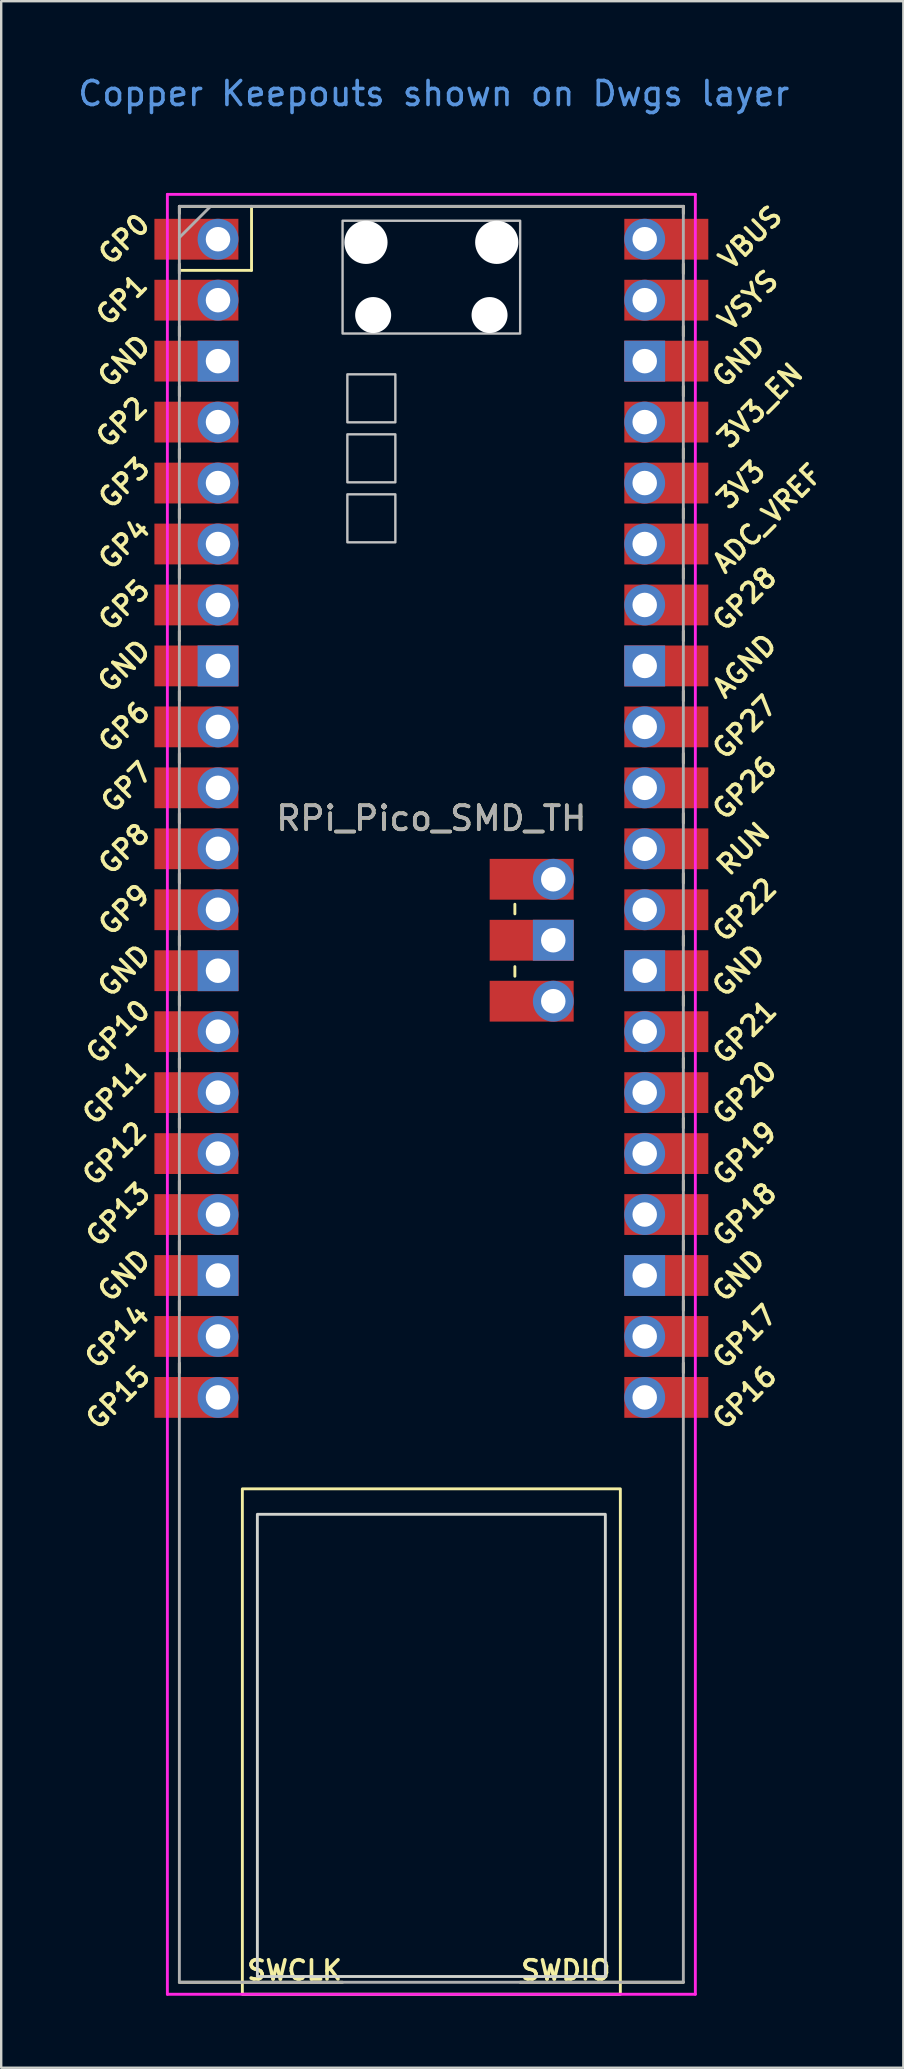
<source format=kicad_pcb>
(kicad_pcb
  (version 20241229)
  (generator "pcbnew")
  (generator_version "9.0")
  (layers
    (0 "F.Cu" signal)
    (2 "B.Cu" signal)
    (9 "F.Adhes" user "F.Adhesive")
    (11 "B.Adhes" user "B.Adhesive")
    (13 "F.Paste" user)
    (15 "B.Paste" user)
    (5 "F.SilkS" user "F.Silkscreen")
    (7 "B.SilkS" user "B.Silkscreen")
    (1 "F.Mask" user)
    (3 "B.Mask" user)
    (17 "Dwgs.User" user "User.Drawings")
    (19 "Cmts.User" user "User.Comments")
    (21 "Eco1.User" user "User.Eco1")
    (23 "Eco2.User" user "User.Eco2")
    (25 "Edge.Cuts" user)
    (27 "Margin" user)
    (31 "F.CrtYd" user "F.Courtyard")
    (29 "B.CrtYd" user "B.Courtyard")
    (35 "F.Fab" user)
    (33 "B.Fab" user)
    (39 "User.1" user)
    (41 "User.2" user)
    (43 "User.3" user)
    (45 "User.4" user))
  (footprint "RPi_Pico_SMD_TH"
    (layer "F.Cu")
    (at 14.924 31.048)
    (property "Reference" "RPi_Pico_SMD_TH" (at 0 0 0) (layer "F.SilkS") (effects (font (size 1 1) (thickness 0.15))))
    (attr through_hole)
    (fp_line (start -10.5 -25.5) (end -10.5 -25.2) (stroke (width 0.12) (type solid)) (layer "F.SilkS"))
    (fp_line (start -10.5 -25.5) (end 10.5 -25.5) (stroke (width 0.12) (type solid)) (layer "F.SilkS"))
    (fp_line (start -10.5 -23.1) (end -10.5 -22.7) (stroke (width 0.12) (type solid)) (layer "F.SilkS"))
    (fp_line (start -10.5 -22.833) (end -7.493 -22.833) (stroke (width 0.12) (type solid)) (layer "F.SilkS"))
    (fp_line (start -10.5 -20.5) (end -10.5 -20.1) (stroke (width 0.12) (type solid)) (layer "F.SilkS"))
    (fp_line (start -10.5 -18) (end -10.5 -17.6) (stroke (width 0.12) (type solid)) (layer "F.SilkS"))
    (fp_line (start -10.5 -15.4) (end -10.5 -15) (stroke (width 0.12) (type solid)) (layer "F.SilkS"))
    (fp_line (start -10.5 -12.9) (end -10.5 -12.5) (stroke (width 0.12) (type solid)) (layer "F.SilkS"))
    (fp_line (start -10.5 -10.4) (end -10.5 -10) (stroke (width 0.12) (type solid)) (layer "F.SilkS"))
    (fp_line (start -10.5 -7.8) (end -10.5 -7.4) (stroke (width 0.12) (type solid)) (layer "F.SilkS"))
    (fp_line (start -10.5 -5.3) (end -10.5 -4.9) (stroke (width 0.12) (type solid)) (layer "F.SilkS"))
    (fp_line (start -10.5 -2.7) (end -10.5 -2.3) (stroke (width 0.12) (type solid)) (layer "F.SilkS"))
    (fp_line (start -10.5 -0.2) (end -10.5 0.2) (stroke (width 0.12) (type solid)) (layer "F.SilkS"))
    (fp_line (start -10.5 2.3) (end -10.5 2.7) (stroke (width 0.12) (type solid)) (layer "F.SilkS"))
    (fp_line (start -10.5 4.9) (end -10.5 5.3) (stroke (width 0.12) (type solid)) (layer "F.SilkS"))
    (fp_line (start -10.5 7.4) (end -10.5 7.8) (stroke (width 0.12) (type solid)) (layer "F.SilkS"))
    (fp_line (start -10.5 10) (end -10.5 10.4) (stroke (width 0.12) (type solid)) (layer "F.SilkS"))
    (fp_line (start -10.5 12.5) (end -10.5 12.9) (stroke (width 0.12) (type solid)) (layer "F.SilkS"))
    (fp_line (start -10.5 15.1) (end -10.5 15.5) (stroke (width 0.12) (type solid)) (layer "F.SilkS"))
    (fp_line (start -10.5 17.6) (end -10.5 18) (stroke (width 0.12) (type solid)) (layer "F.SilkS"))
    (fp_line (start -10.5 20.1) (end -10.5 20.5) (stroke (width 0.12) (type solid)) (layer "F.SilkS"))
    (fp_line (start -10.5 22.7) (end -10.5 23.1) (stroke (width 0.12) (type solid)) (layer "F.SilkS"))
    (fp_line (start -7.493 -22.833) (end -7.493 -25.5) (stroke (width 0.12) (type solid)) (layer "F.SilkS"))
    (fp_line (start -3.7 48.5) (end -10.5 48.5) (stroke (width 0.12) (type solid)) (layer "F.SilkS"))
    (fp_line (start 3.48 3.58) (end 3.48 3.98) (stroke (width 0.12) (type solid)) (layer "F.SilkS"))
    (fp_line (start 3.48 6.18) (end 3.48 6.58) (stroke (width 0.12) (type solid)) (layer "F.SilkS"))
    (fp_line (start 10.5 -25.5) (end 10.5 -25.2) (stroke (width 0.12) (type solid)) (layer "F.SilkS"))
    (fp_line (start 10.5 -23.1) (end 10.5 -22.7) (stroke (width 0.12) (type solid)) (layer "F.SilkS"))
    (fp_line (start 10.5 -20.5) (end 10.5 -20.1) (stroke (width 0.12) (type solid)) (layer "F.SilkS"))
    (fp_line (start 10.5 -18) (end 10.5 -17.6) (stroke (width 0.12) (type solid)) (layer "F.SilkS"))
    (fp_line (start 10.5 -15.4) (end 10.5 -15) (stroke (width 0.12) (type solid)) (layer "F.SilkS"))
    (fp_line (start 10.5 -12.9) (end 10.5 -12.5) (stroke (width 0.12) (type solid)) (layer "F.SilkS"))
    (fp_line (start 10.5 -10.4) (end 10.5 -10) (stroke (width 0.12) (type solid)) (layer "F.SilkS"))
    (fp_line (start 10.5 -7.8) (end 10.5 -7.4) (stroke (width 0.12) (type solid)) (layer "F.SilkS"))
    (fp_line (start 10.5 -5.3) (end 10.5 -4.9) (stroke (width 0.12) (type solid)) (layer "F.SilkS"))
    (fp_line (start 10.5 -2.7) (end 10.5 -2.3) (stroke (width 0.12) (type solid)) (layer "F.SilkS"))
    (fp_line (start 10.5 -0.2) (end 10.5 0.2) (stroke (width 0.12) (type solid)) (layer "F.SilkS"))
    (fp_line (start 10.5 2.3) (end 10.5 2.7) (stroke (width 0.12) (type solid)) (layer "F.SilkS"))
    (fp_line (start 10.5 4.9) (end 10.5 5.3) (stroke (width 0.12) (type solid)) (layer "F.SilkS"))
    (fp_line (start 10.5 7.4) (end 10.5 7.8) (stroke (width 0.12) (type solid)) (layer "F.SilkS"))
    (fp_line (start 10.5 10) (end 10.5 10.4) (stroke (width 0.12) (type solid)) (layer "F.SilkS"))
    (fp_line (start 10.5 12.5) (end 10.5 12.9) (stroke (width 0.12) (type solid)) (layer "F.SilkS"))
    (fp_line (start 10.5 15.1) (end 10.5 15.5) (stroke (width 0.12) (type solid)) (layer "F.SilkS"))
    (fp_line (start 10.5 17.6) (end 10.5 18) (stroke (width 0.12) (type solid)) (layer "F.SilkS"))
    (fp_line (start 10.5 20.1) (end 10.5 20.5) (stroke (width 0.12) (type solid)) (layer "F.SilkS"))
    (fp_line (start 10.5 22.7) (end 10.5 23.1) (stroke (width 0.12) (type solid)) (layer "F.SilkS"))
    (fp_line (start 10.5 48.5) (end 3.7 48.5) (stroke (width 0.12) (type solid)) (layer "F.SilkS"))
    (fp_rect (start -7.875 27.94) (end 7.875 49) (stroke (width 0.12) (type solid)) (fill no) (layer "F.SilkS"))
    (fp_poly (pts (xy -1.5 -16.5) (xy -3.5 -16.5) (xy -3.5 -18.5) (xy -1.5 -18.5)) (stroke (width 0.1) (type solid)) (fill no) (layer "Dwgs.User"))
    (fp_poly (pts (xy -1.5 -14) (xy -3.5 -14) (xy -3.5 -16) (xy -1.5 -16)) (stroke (width 0.1) (type solid)) (fill no) (layer "Dwgs.User"))
    (fp_poly (pts (xy -1.5 -11.5) (xy -3.5 -11.5) (xy -3.5 -13.5) (xy -1.5 -13.5)) (stroke (width 0.1) (type solid)) (fill no) (layer "Dwgs.User"))
    (fp_poly (pts (xy 3.7 -20.2) (xy -3.7 -20.2) (xy -3.7 -24.9) (xy 3.7 -24.9)) (stroke (width 0.1) (type solid)) (fill no) (layer "Dwgs.User"))
    (fp_rect (start -7.25 29) (end 7.25 48.26) (stroke (width 0.12) (type solid)) (fill no) (layer "Edge.Cuts"))
    (fp_line (start -11 -26) (end 11 -26) (stroke (width 0.12) (type solid)) (layer "F.CrtYd"))
    (fp_line (start -11 49) (end -11 -26) (stroke (width 0.12) (type solid)) (layer "F.CrtYd"))
    (fp_line (start 11 -26) (end 11 49) (stroke (width 0.12) (type solid)) (layer "F.CrtYd"))
    (fp_line (start 11 49) (end -11 49) (stroke (width 0.12) (type solid)) (layer "F.CrtYd"))
    (fp_line (start -10.5 -25.5) (end 10.5 -25.5) (stroke (width 0.12) (type solid)) (layer "F.Fab"))
    (fp_line (start -10.5 -24.2) (end -9.2 -25.5) (stroke (width 0.12) (type solid)) (layer "F.Fab"))
    (fp_line (start -10.5 48.5) (end -10.5 -25.5) (stroke (width 0.12) (type solid)) (layer "F.Fab"))
    (fp_line (start 10.5 -25.5) (end 10.5 48.5) (stroke (width 0.12) (type solid)) (layer "F.Fab"))
    (fp_line (start 10.5 48.5) (end -10.5 48.5) (stroke (width 0.12) (type solid)) (layer "F.Fab"))
    (fp_text user "3V3_EN" (at 13.7 -17.2 45) (layer "F.SilkS") (effects (font (size 0.8 0.8) (thickness 0.15))))
    (fp_text user "VBUS" (at 13.3 -24.2 45) (layer "F.SilkS") (effects (font (size 0.8 0.8) (thickness 0.15))))
    (fp_text user "GND" (at -12.8 6.35 45) (layer "F.SilkS") (effects (font (size 0.8 0.8) (thickness 0.15))))
    (fp_text user "GND" (at 12.8 19.05 45) (layer "F.SilkS") (effects (font (size 0.8 0.8) (thickness 0.15))))
    (fp_text user "ADC_VREF" (at 14 -12.5 45) (layer "F.SilkS") (effects (font (size 0.8 0.8) (thickness 0.15))))
    (fp_text user "GP26" (at 13.054 -1.27 45) (layer "F.SilkS") (effects (font (size 0.8 0.8) (thickness 0.15))))
    (fp_text user "GP6" (at -12.8 -3.81 45) (layer "F.SilkS") (effects (font (size 0.8 0.8) (thickness 0.15))))
    (fp_text user "GP4" (at -12.8 -11.43 45) (layer "F.SilkS") (effects (font (size 0.8 0.8) (thickness 0.15))))
    (fp_text user "GP21" (at 13.054 8.9 45) (layer "F.SilkS") (effects (font (size 0.8 0.8) (thickness 0.15))))
    (fp_text user "GP20" (at 13.054 11.43 45) (layer "F.SilkS") (effects (font (size 0.8 0.8) (thickness 0.15))))
    (fp_text user "GP22" (at 13.054 3.81 45) (layer "F.SilkS") (effects (font (size 0.8 0.8) (thickness 0.15))))
    (fp_text user "GND" (at -12.8 -19.05 45) (layer "F.SilkS") (effects (font (size 0.8 0.8) (thickness 0.15))))
    (fp_text user "GND" (at 12.8 6.35 45) (layer "F.SilkS") (effects (font (size 0.8 0.8) (thickness 0.15))))
    (fp_text user "GP19" (at 13.054 13.97 45) (layer "F.SilkS") (effects (font (size 0.8 0.8) (thickness 0.15))))
    (fp_text user "RUN" (at 13 1.27 45) (layer "F.SilkS") (effects (font (size 0.8 0.8) (thickness 0.15))))
    (fp_text user "GP5" (at -12.8 -8.89 45) (layer "F.SilkS") (effects (font (size 0.8 0.8) (thickness 0.15))))
    (fp_text user "GP27" (at 13.054 -3.8 45) (layer "F.SilkS") (effects (font (size 0.8 0.8) (thickness 0.15))))
    (fp_text user "GP11" (at -13.2 11.43 45) (layer "F.SilkS") (effects (font (size 0.8 0.8) (thickness 0.15))))
    (fp_text user "GP15" (at -13.054 24.13 45) (layer "F.SilkS") (effects (font (size 0.8 0.8) (thickness 0.15))))
    (fp_text user "GP1" (at -12.9 -21.6 45) (layer "F.SilkS") (effects (font (size 0.8 0.8) (thickness 0.15))))
    (fp_text user "GP16" (at 13.054 24.13 45) (layer "F.SilkS") (effects (font (size 0.8 0.8) (thickness 0.15))))
    (fp_text user "GP8" (at -12.8 1.27 45) (layer "F.SilkS") (effects (font (size 0.8 0.8) (thickness 0.15))))
    (fp_text user "GP2" (at -12.9 -16.51 45) (layer "F.SilkS") (effects (font (size 0.8 0.8) (thickness 0.15))))
    (fp_text user "SWCLK" (at -5.7 48 0) (layer "F.SilkS") (effects (font (size 0.8 0.8) (thickness 0.15))))
    (fp_text user "AGND" (at 13.054 -6.35 45) (layer "F.SilkS") (effects (font (size 0.8 0.8) (thickness 0.15))))
    (fp_text user "GP10" (at -13.054 8.89 45) (layer "F.SilkS") (effects (font (size 0.8 0.8) (thickness 0.15))))
    (fp_text user "GND" (at 12.8 -19.05 45) (layer "F.SilkS") (effects (font (size 0.8 0.8) (thickness 0.15))))
    (fp_text user "GND" (at -12.8 19.05 45) (layer "F.SilkS") (effects (font (size 0.8 0.8) (thickness 0.15))))
    (fp_text user "GP9" (at -12.8 3.81 45) (layer "F.SilkS") (effects (font (size 0.8 0.8) (thickness 0.15))))
    (fp_text user "GP18" (at 13.054 16.51 45) (layer "F.SilkS") (effects (font (size 0.8 0.8) (thickness 0.15))))
    (fp_text user "GP13" (at -13.054 16.51 45) (layer "F.SilkS") (effects (font (size 0.8 0.8) (thickness 0.15))))
    (fp_text user "3V3" (at 12.9 -13.9 45) (layer "F.SilkS") (effects (font (size 0.8 0.8) (thickness 0.15))))
    (fp_text user "SWDIO" (at 5.6 48 0) (layer "F.SilkS") (effects (font (size 0.8 0.8) (thickness 0.15))))
    (fp_text user "GP12" (at -13.2 13.97 45) (layer "F.SilkS") (effects (font (size 0.8 0.8) (thickness 0.15))))
    (fp_text user "GP0" (at -12.8 -24.13 45) (layer "F.SilkS") (effects (font (size 0.8 0.8) (thickness 0.15))))
    (fp_text user "GP7" (at -12.7 -1.3 45) (layer "F.SilkS") (effects (font (size 0.8 0.8) (thickness 0.15))))
    (fp_text user "GP14" (at -13.1 21.59 45) (layer "F.SilkS") (effects (font (size 0.8 0.8) (thickness 0.15))))
    (fp_text user "GND" (at -12.8 -6.35 45) (layer "F.SilkS") (effects (font (size 0.8 0.8) (thickness 0.15))))
    (fp_text user "VSYS" (at 13.2 -21.59 45) (layer "F.SilkS") (effects (font (size 0.8 0.8) (thickness 0.15))))
    (fp_text user "GP17" (at 13.054 21.59 45) (layer "F.SilkS") (effects (font (size 0.8 0.8) (thickness 0.15))))
    (fp_text user "GP28" (at 13.054 -9.144 45) (layer "F.SilkS") (effects (font (size 0.8 0.8) (thickness 0.15))))
    (fp_text user "GP3" (at -12.8 -13.97 45) (layer "F.SilkS") (effects (font (size 0.8 0.8) (thickness 0.15))))
    (fp_text user "Copper Keepouts shown on Dwgs layer" (at 0.1 -30.2 0) (layer "Cmts.User") (effects (font (size 1 1) (thickness 0.15))))
    (fp_text user "${REFERENCE}" (at 0 0 180) (layer "F.Fab") (effects (font (size 1 1) (thickness 0.15))))
    (pad "" np_thru_hole oval (at -2.725 -24) (size 1.8 1.8) (drill 1.8) (layers "*.Cu" "*.Mask"))
    (pad "" np_thru_hole oval (at -2.425 -20.97) (size 1.5 1.5) (drill 1.5) (layers "*.Cu" "*.Mask"))
    (pad "" np_thru_hole oval (at 2.425 -20.97) (size 1.5 1.5) (drill 1.5) (layers "*.Cu" "*.Mask"))
    (pad "" np_thru_hole oval (at 2.725 -24) (size 1.8 1.8) (drill 1.8) (layers "*.Cu" "*.Mask"))
    (pad "1" thru_hole oval (at -8.89 -24.13) (size 1.7 1.7) (drill 1.02) (layers "*.Cu" "*.Mask"))
    (pad "1" smd rect (at -8.89 -24.13) (size 3.5 1.7) (drill (offset -0.9 0)) (layers "F.Cu" "F.Mask"))
    (pad "2" thru_hole oval (at -8.89 -21.59) (size 1.7 1.7) (drill 1.02) (layers "*.Cu" "*.Mask"))
    (pad "2" smd rect (at -8.89 -21.59) (size 3.5 1.7) (drill (offset -0.9 0)) (layers "F.Cu" "F.Mask"))
    (pad "3" thru_hole rect (at -8.89 -19.05) (size 1.7 1.7) (drill 1.02) (layers "*.Cu" "*.Mask"))
    (pad "3" smd rect (at -8.89 -19.05) (size 3.5 1.7) (drill (offset -0.9 0)) (layers "F.Cu" "F.Mask"))
    (pad "4" thru_hole oval (at -8.89 -16.51) (size 1.7 1.7) (drill 1.02) (layers "*.Cu" "*.Mask"))
    (pad "4" smd rect (at -8.89 -16.51) (size 3.5 1.7) (drill (offset -0.9 0)) (layers "F.Cu" "F.Mask"))
    (pad "5" thru_hole oval (at -8.89 -13.97) (size 1.7 1.7) (drill 1.02) (layers "*.Cu" "*.Mask"))
    (pad "5" smd rect (at -8.89 -13.97) (size 3.5 1.7) (drill (offset -0.9 0)) (layers "F.Cu" "F.Mask"))
    (pad "6" thru_hole oval (at -8.89 -11.43) (size 1.7 1.7) (drill 1.02) (layers "*.Cu" "*.Mask"))
    (pad "6" smd rect (at -8.89 -11.43) (size 3.5 1.7) (drill (offset -0.9 0)) (layers "F.Cu" "F.Mask"))
    (pad "7" thru_hole oval (at -8.89 -8.89) (size 1.7 1.7) (drill 1.02) (layers "*.Cu" "*.Mask"))
    (pad "7" smd rect (at -8.89 -8.89) (size 3.5 1.7) (drill (offset -0.9 0)) (layers "F.Cu" "F.Mask"))
    (pad "8" thru_hole rect (at -8.89 -6.35) (size 1.7 1.7) (drill 1.02) (layers "*.Cu" "*.Mask"))
    (pad "8" smd rect (at -8.89 -6.35) (size 3.5 1.7) (drill (offset -0.9 0)) (layers "F.Cu" "F.Mask"))
    (pad "9" thru_hole oval (at -8.89 -3.81) (size 1.7 1.7) (drill 1.02) (layers "*.Cu" "*.Mask"))
    (pad "9" smd rect (at -8.89 -3.81) (size 3.5 1.7) (drill (offset -0.9 0)) (layers "F.Cu" "F.Mask"))
    (pad "10" thru_hole oval (at -8.89 -1.27) (size 1.7 1.7) (drill 1.02) (layers "*.Cu" "*.Mask"))
    (pad "10" smd rect (at -8.89 -1.27) (size 3.5 1.7) (drill (offset -0.9 0)) (layers "F.Cu" "F.Mask"))
    (pad "11" thru_hole oval (at -8.89 1.27) (size 1.7 1.7) (drill 1.02) (layers "*.Cu" "*.Mask"))
    (pad "11" smd rect (at -8.89 1.27) (size 3.5 1.7) (drill (offset -0.9 0)) (layers "F.Cu" "F.Mask"))
    (pad "12" thru_hole oval (at -8.89 3.81) (size 1.7 1.7) (drill 1.02) (layers "*.Cu" "*.Mask"))
    (pad "12" smd rect (at -8.89 3.81) (size 3.5 1.7) (drill (offset -0.9 0)) (layers "F.Cu" "F.Mask"))
    (pad "13" thru_hole rect (at -8.89 6.35) (size 1.7 1.7) (drill 1.02) (layers "*.Cu" "*.Mask"))
    (pad "13" smd rect (at -8.89 6.35) (size 3.5 1.7) (drill (offset -0.9 0)) (layers "F.Cu" "F.Mask"))
    (pad "14" thru_hole oval (at -8.89 8.89) (size 1.7 1.7) (drill 1.02) (layers "*.Cu" "*.Mask"))
    (pad "14" smd rect (at -8.89 8.89) (size 3.5 1.7) (drill (offset -0.9 0)) (layers "F.Cu" "F.Mask"))
    (pad "15" thru_hole oval (at -8.89 11.43) (size 1.7 1.7) (drill 1.02) (layers "*.Cu" "*.Mask"))
    (pad "15" smd rect (at -8.89 11.43) (size 3.5 1.7) (drill (offset -0.9 0)) (layers "F.Cu" "F.Mask"))
    (pad "16" thru_hole oval (at -8.89 13.97) (size 1.7 1.7) (drill 1.02) (layers "*.Cu" "*.Mask"))
    (pad "16" smd rect (at -8.89 13.97) (size 3.5 1.7) (drill (offset -0.9 0)) (layers "F.Cu" "F.Mask"))
    (pad "17" thru_hole oval (at -8.89 16.51) (size 1.7 1.7) (drill 1.02) (layers "*.Cu" "*.Mask"))
    (pad "17" smd rect (at -8.89 16.51) (size 3.5 1.7) (drill (offset -0.9 0)) (layers "F.Cu" "F.Mask"))
    (pad "18" thru_hole rect (at -8.89 19.05) (size 1.7 1.7) (drill 1.02) (layers "*.Cu" "*.Mask"))
    (pad "18" smd rect (at -8.89 19.05) (size 3.5 1.7) (drill (offset -0.9 0)) (layers "F.Cu" "F.Mask"))
    (pad "19" thru_hole oval (at -8.89 21.59) (size 1.7 1.7) (drill 1.02) (layers "*.Cu" "*.Mask"))
    (pad "19" smd rect (at -8.89 21.59) (size 3.5 1.7) (drill (offset -0.9 0)) (layers "F.Cu" "F.Mask"))
    (pad "20" thru_hole oval (at -8.89 24.13) (size 1.7 1.7) (drill 1.02) (layers "*.Cu" "*.Mask"))
    (pad "20" smd rect (at -8.89 24.13) (size 3.5 1.7) (drill (offset -0.9 0)) (layers "F.Cu" "F.Mask"))
    (pad "21" thru_hole oval (at 8.89 24.13) (size 1.7 1.7) (drill 1.02) (layers "*.Cu" "*.Mask"))
    (pad "21" smd rect (at 8.89 24.13) (size 3.5 1.7) (drill (offset 0.9 0)) (layers "F.Cu" "F.Mask"))
    (pad "22" thru_hole oval (at 8.89 21.59) (size 1.7 1.7) (drill 1.02) (layers "*.Cu" "*.Mask"))
    (pad "22" smd rect (at 8.89 21.59) (size 3.5 1.7) (drill (offset 0.9 0)) (layers "F.Cu" "F.Mask"))
    (pad "23" thru_hole rect (at 8.89 19.05) (size 1.7 1.7) (drill 1.02) (layers "*.Cu" "*.Mask"))
    (pad "23" smd rect (at 8.89 19.05) (size 3.5 1.7) (drill (offset 0.9 0)) (layers "F.Cu" "F.Mask"))
    (pad "24" thru_hole oval (at 8.89 16.51) (size 1.7 1.7) (drill 1.02) (layers "*.Cu" "*.Mask"))
    (pad "24" smd rect (at 8.89 16.51) (size 3.5 1.7) (drill (offset 0.9 0)) (layers "F.Cu" "F.Mask"))
    (pad "25" thru_hole oval (at 8.89 13.97) (size 1.7 1.7) (drill 1.02) (layers "*.Cu" "*.Mask"))
    (pad "25" smd rect (at 8.89 13.97) (size 3.5 1.7) (drill (offset 0.9 0)) (layers "F.Cu" "F.Mask"))
    (pad "26" thru_hole oval (at 8.89 11.43) (size 1.7 1.7) (drill 1.02) (layers "*.Cu" "*.Mask"))
    (pad "26" smd rect (at 8.89 11.43) (size 3.5 1.7) (drill (offset 0.9 0)) (layers "F.Cu" "F.Mask"))
    (pad "27" thru_hole oval (at 8.89 8.89) (size 1.7 1.7) (drill 1.02) (layers "*.Cu" "*.Mask"))
    (pad "27" smd rect (at 8.89 8.89) (size 3.5 1.7) (drill (offset 0.9 0)) (layers "F.Cu" "F.Mask"))
    (pad "28" thru_hole rect (at 8.89 6.35) (size 1.7 1.7) (drill 1.02) (layers "*.Cu" "*.Mask"))
    (pad "28" smd rect (at 8.89 6.35) (size 3.5 1.7) (drill (offset 0.9 0)) (layers "F.Cu" "F.Mask"))
    (pad "29" thru_hole oval (at 8.89 3.81) (size 1.7 1.7) (drill 1.02) (layers "*.Cu" "*.Mask"))
    (pad "29" smd rect (at 8.89 3.81) (size 3.5 1.7) (drill (offset 0.9 0)) (layers "F.Cu" "F.Mask"))
    (pad "30" thru_hole oval (at 8.89 1.27) (size 1.7 1.7) (drill 1.02) (layers "*.Cu" "*.Mask"))
    (pad "30" smd rect (at 8.89 1.27) (size 3.5 1.7) (drill (offset 0.9 0)) (layers "F.Cu" "F.Mask"))
    (pad "31" thru_hole oval (at 8.89 -1.27) (size 1.7 1.7) (drill 1.02) (layers "*.Cu" "*.Mask"))
    (pad "31" smd rect (at 8.89 -1.27) (size 3.5 1.7) (drill (offset 0.9 0)) (layers "F.Cu" "F.Mask"))
    (pad "32" thru_hole oval (at 8.89 -3.81) (size 1.7 1.7) (drill 1.02) (layers "*.Cu" "*.Mask"))
    (pad "32" smd rect (at 8.89 -3.81) (size 3.5 1.7) (drill (offset 0.9 0)) (layers "F.Cu" "F.Mask"))
    (pad "33" thru_hole rect (at 8.89 -6.35) (size 1.7 1.7) (drill 1.02) (layers "*.Cu" "*.Mask"))
    (pad "33" smd rect (at 8.89 -6.35) (size 3.5 1.7) (drill (offset 0.9 0)) (layers "F.Cu" "F.Mask"))
    (pad "34" thru_hole oval (at 8.89 -8.89) (size 1.7 1.7) (drill 1.02) (layers "*.Cu" "*.Mask"))
    (pad "34" smd rect (at 8.89 -8.89) (size 3.5 1.7) (drill (offset 0.9 0)) (layers "F.Cu" "F.Mask"))
    (pad "35" thru_hole oval (at 8.89 -11.43) (size 1.7 1.7) (drill 1.02) (layers "*.Cu" "*.Mask"))
    (pad "35" smd rect (at 8.89 -11.43) (size 3.5 1.7) (drill (offset 0.9 0)) (layers "F.Cu" "F.Mask"))
    (pad "36" thru_hole oval (at 8.89 -13.97) (size 1.7 1.7) (drill 1.02) (layers "*.Cu" "*.Mask"))
    (pad "36" smd rect (at 8.89 -13.97) (size 3.5 1.7) (drill (offset 0.9 0)) (layers "F.Cu" "F.Mask"))
    (pad "37" thru_hole oval (at 8.89 -16.51) (size 1.7 1.7) (drill 1.02) (layers "*.Cu" "*.Mask"))
    (pad "37" smd rect (at 8.89 -16.51) (size 3.5 1.7) (drill (offset 0.9 0)) (layers "F.Cu" "F.Mask"))
    (pad "38" thru_hole rect (at 8.89 -19.05) (size 1.7 1.7) (drill 1.02) (layers "*.Cu" "*.Mask"))
    (pad "38" smd rect (at 8.89 -19.05) (size 3.5 1.7) (drill (offset 0.9 0)) (layers "F.Cu" "F.Mask"))
    (pad "39" thru_hole oval (at 8.89 -21.59) (size 1.7 1.7) (drill 1.02) (layers "*.Cu" "*.Mask"))
    (pad "39" smd rect (at 8.89 -21.59) (size 3.5 1.7) (drill (offset 0.9 0)) (layers "F.Cu" "F.Mask"))
    (pad "40" thru_hole oval (at 8.89 -24.13) (size 1.7 1.7) (drill 1.02) (layers "*.Cu" "*.Mask"))
    (pad "40" smd rect (at 8.89 -24.13) (size 3.5 1.7) (drill (offset 0.9 0)) (layers "F.Cu" "F.Mask"))
    (pad "41" thru_hole oval (at 5.08 2.54 270) (size 1.7 1.7) (drill 1.02) (layers "*.Cu" "*.Mask"))
    (pad "41" smd rect (at 5.08 2.54) (size 3.5 1.7) (drill (offset -0.9 0)) (layers "F.Cu" "F.Mask"))
    (pad "42" thru_hole rect (at 5.08 5.08 270) (size 1.7 1.7) (drill 1.02) (layers "*.Cu" "*.Mask"))
    (pad "42" smd rect (at 5.08 5.08) (size 3.5 1.7) (drill (offset -0.9 0)) (layers "F.Cu" "F.Mask"))
    (pad "43" thru_hole oval (at 5.08 7.62 270) (size 1.7 1.7) (drill 1.02) (layers "*.Cu" "*.Mask"))
    (pad "43" smd rect (at 5.08 7.62) (size 3.5 1.7) (drill (offset -0.9 0)) (layers "F.Cu" "F.Mask")))
  (gr_rect
    (start -3 -3)
    (end 34.591 83.108)
    (stroke (width 0.1) (type default))
    (fill no)
    (layer "Edge.Cuts")))
</source>
